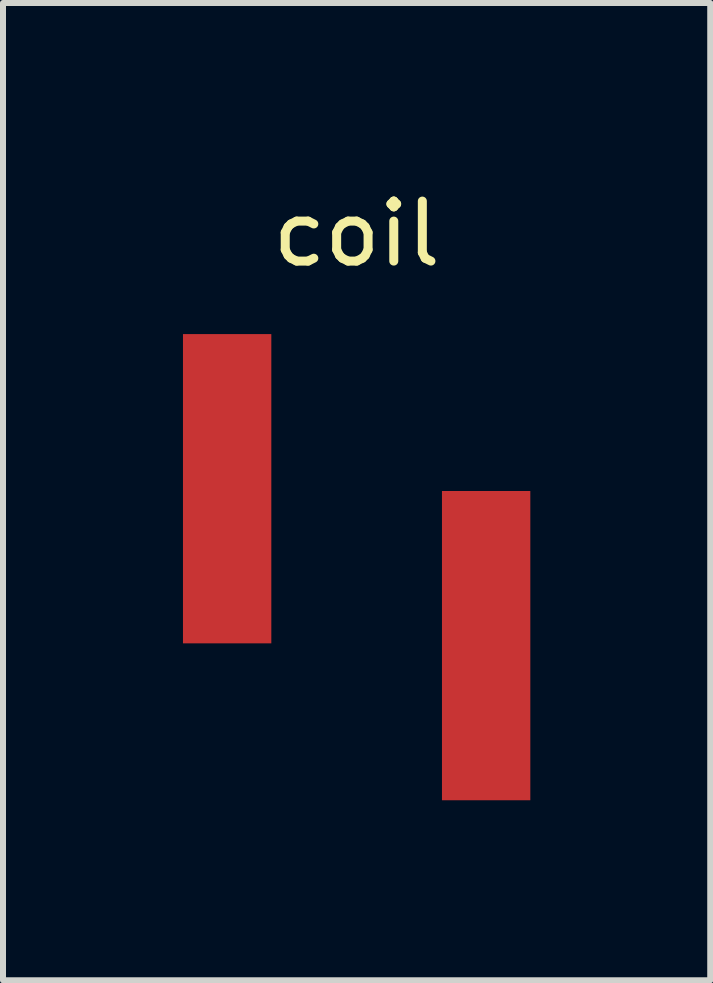
<source format=kicad_pcb>
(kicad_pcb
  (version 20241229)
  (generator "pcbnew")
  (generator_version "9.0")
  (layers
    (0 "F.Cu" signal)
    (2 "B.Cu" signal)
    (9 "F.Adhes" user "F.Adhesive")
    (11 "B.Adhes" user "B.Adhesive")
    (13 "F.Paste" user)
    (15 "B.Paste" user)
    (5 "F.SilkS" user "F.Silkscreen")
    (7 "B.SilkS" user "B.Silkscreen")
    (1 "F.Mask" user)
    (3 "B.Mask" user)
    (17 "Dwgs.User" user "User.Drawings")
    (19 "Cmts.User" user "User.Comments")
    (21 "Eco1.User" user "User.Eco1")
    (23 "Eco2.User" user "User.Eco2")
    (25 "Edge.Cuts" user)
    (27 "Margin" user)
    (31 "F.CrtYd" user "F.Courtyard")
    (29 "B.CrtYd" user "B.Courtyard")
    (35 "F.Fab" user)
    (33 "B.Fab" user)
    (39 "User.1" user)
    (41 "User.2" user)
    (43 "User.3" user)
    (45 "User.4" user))
  (footprint "coil"
    (layer "F.Cu")
    (at 2.896 5.098)
    (property "Reference" "coil" (at 0 -4.25 0) (layer "F.SilkS") (effects (font (size 1 1) (thickness 0.15))))
    (attr through_hole)
    (pad "1" smd rect (at -2.159 0) (size 1.473 5.156) (layers "F.Cu" "F.Mask" "F.Paste"))
    (pad "2" smd rect (at 2.159 2.616) (size 1.473 5.156) (layers "F.Cu" "F.Mask" "F.Paste")))
  (gr_rect
    (start -3 -3)
    (end 8.791 13.293)
    (stroke (width 0.1) (type default))
    (fill no)
    (layer "Edge.Cuts")))
</source>
